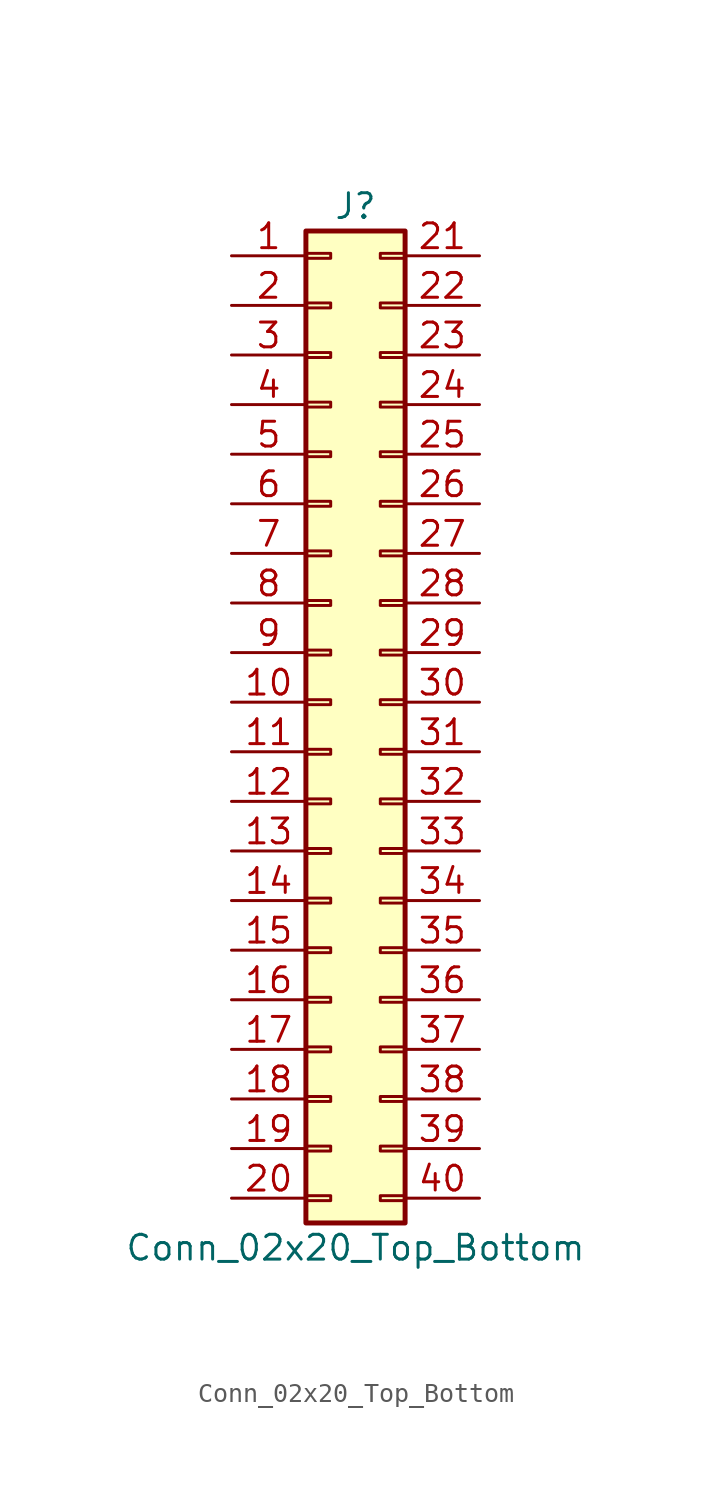
<source format=kicad_sym>
(kicad_symbol_lib
  (version 20201005)
  (generator kicad_symbol_editor)
  (symbol "Conn_02x20_Top_Bottom"
    (pin_names
      (offset 1.016) hide)
    (property "Reference" "J"
      (at 1.27 25.4 0)
      (effects (font (size 1.27 1.27))))
    (property "Value" "Conn_02x20_Top_Bottom"
      (at 1.27 -27.94 0)
      (effects (font (size 1.27 1.27))))
    (symbol "Conn_02x20_Top_Bottom_1_1"
      (rectangle (start -1.27 -25.273) (end 0 -25.527) (stroke (width 0.152)) (fill (type none)))
      (rectangle (start -1.27 -22.733) (end 0 -22.987) (stroke (width 0.152)) (fill (type none)))
      (rectangle (start -1.27 -20.193) (end 0 -20.447) (stroke (width 0.152)) (fill (type none)))
      (rectangle (start -1.27 -17.653) (end 0 -17.907) (stroke (width 0.152)) (fill (type none)))
      (rectangle (start -1.27 -15.113) (end 0 -15.367) (stroke (width 0.152)) (fill (type none)))
      (rectangle (start -1.27 -12.573) (end 0 -12.827) (stroke (width 0.152)) (fill (type none)))
      (rectangle (start -1.27 -10.033) (end 0 -10.287) (stroke (width 0.152)) (fill (type none)))
      (rectangle (start -1.27 -7.493) (end 0 -7.747) (stroke (width 0.152)) (fill (type none)))
      (rectangle (start -1.27 -4.953) (end 0 -5.207) (stroke (width 0.152)) (fill (type none)))
      (rectangle (start -1.27 -2.413) (end 0 -2.667) (stroke (width 0.152)) (fill (type none)))
      (rectangle (start -1.27 0.127) (end 0 -0.127) (stroke (width 0.152)) (fill (type none)))
      (rectangle (start -1.27 2.667) (end 0 2.413) (stroke (width 0.152)) (fill (type none)))
      (rectangle (start -1.27 5.207) (end 0 4.953) (stroke (width 0.152)) (fill (type none)))
      (rectangle (start -1.27 7.747) (end 0 7.493) (stroke (width 0.152)) (fill (type none)))
      (rectangle (start -1.27 10.287) (end 0 10.033) (stroke (width 0.152)) (fill (type none)))
      (rectangle (start -1.27 12.827) (end 0 12.573) (stroke (width 0.152)) (fill (type none)))
      (rectangle (start -1.27 15.367) (end 0 15.113) (stroke (width 0.152)) (fill (type none)))
      (rectangle (start -1.27 17.907) (end 0 17.653) (stroke (width 0.152)) (fill (type none)))
      (rectangle (start -1.27 20.447) (end 0 20.193) (stroke (width 0.152)) (fill (type none)))
      (rectangle (start -1.27 22.987) (end 0 22.733) (stroke (width 0.152)) (fill (type none)))
      (rectangle (start -1.27 24.13) (end 3.81 -26.67) (stroke (width 0.254)) (fill (type background)))
      (rectangle (start 3.81 -25.273) (end 2.54 -25.527) (stroke (width 0.152)) (fill (type none)))
      (rectangle (start 3.81 -22.733) (end 2.54 -22.987) (stroke (width 0.152)) (fill (type none)))
      (rectangle (start 3.81 -20.193) (end 2.54 -20.447) (stroke (width 0.152)) (fill (type none)))
      (rectangle (start 3.81 -17.653) (end 2.54 -17.907) (stroke (width 0.152)) (fill (type none)))
      (rectangle (start 3.81 -15.113) (end 2.54 -15.367) (stroke (width 0.152)) (fill (type none)))
      (rectangle (start 3.81 -12.573) (end 2.54 -12.827) (stroke (width 0.152)) (fill (type none)))
      (rectangle (start 3.81 -10.033) (end 2.54 -10.287) (stroke (width 0.152)) (fill (type none)))
      (rectangle (start 3.81 -7.493) (end 2.54 -7.747) (stroke (width 0.152)) (fill (type none)))
      (rectangle (start 3.81 -4.953) (end 2.54 -5.207) (stroke (width 0.152)) (fill (type none)))
      (rectangle (start 3.81 -2.413) (end 2.54 -2.667) (stroke (width 0.152)) (fill (type none)))
      (rectangle (start 3.81 0.127) (end 2.54 -0.127) (stroke (width 0.152)) (fill (type none)))
      (rectangle (start 3.81 2.667) (end 2.54 2.413) (stroke (width 0.152)) (fill (type none)))
      (rectangle (start 3.81 5.207) (end 2.54 4.953) (stroke (width 0.152)) (fill (type none)))
      (rectangle (start 3.81 7.747) (end 2.54 7.493) (stroke (width 0.152)) (fill (type none)))
      (rectangle (start 3.81 10.287) (end 2.54 10.033) (stroke (width 0.152)) (fill (type none)))
      (rectangle (start 3.81 12.827) (end 2.54 12.573) (stroke (width 0.152)) (fill (type none)))
      (rectangle (start 3.81 15.367) (end 2.54 15.113) (stroke (width 0.152)) (fill (type none)))
      (rectangle (start 3.81 17.907) (end 2.54 17.653) (stroke (width 0.152)) (fill (type none)))
      (rectangle (start 3.81 20.447) (end 2.54 20.193) (stroke (width 0.152)) (fill (type none)))
      (rectangle (start 3.81 22.987) (end 2.54 22.733) (stroke (width 0.152)) (fill (type none)))
      (pin passive line (at -5.08 22.86 0) (length 3.81) (name "Pin_1" (effects (font (size 1.27 1.27)))) (number "1" (effects (font (size 1.27 1.27)))))
      (pin passive line (at -5.08 0 0) (length 3.81) (name "Pin_10" (effects (font (size 1.27 1.27)))) (number "10" (effects (font (size 1.27 1.27)))))
      (pin passive line (at -5.08 -2.54 0) (length 3.81) (name "Pin_11" (effects (font (size 1.27 1.27)))) (number "11" (effects (font (size 1.27 1.27)))))
      (pin passive line (at -5.08 -5.08 0) (length 3.81) (name "Pin_12" (effects (font (size 1.27 1.27)))) (number "12" (effects (font (size 1.27 1.27)))))
      (pin passive line (at -5.08 -7.62 0) (length 3.81) (name "Pin_13" (effects (font (size 1.27 1.27)))) (number "13" (effects (font (size 1.27 1.27)))))
      (pin passive line (at -5.08 -10.16 0) (length 3.81) (name "Pin_14" (effects (font (size 1.27 1.27)))) (number "14" (effects (font (size 1.27 1.27)))))
      (pin passive line (at -5.08 -12.7 0) (length 3.81) (name "Pin_15" (effects (font (size 1.27 1.27)))) (number "15" (effects (font (size 1.27 1.27)))))
      (pin passive line (at -5.08 -15.24 0) (length 3.81) (name "Pin_16" (effects (font (size 1.27 1.27)))) (number "16" (effects (font (size 1.27 1.27)))))
      (pin passive line (at -5.08 -17.78 0) (length 3.81) (name "Pin_17" (effects (font (size 1.27 1.27)))) (number "17" (effects (font (size 1.27 1.27)))))
      (pin passive line (at -5.08 -20.32 0) (length 3.81) (name "Pin_18" (effects (font (size 1.27 1.27)))) (number "18" (effects (font (size 1.27 1.27)))))
      (pin passive line (at -5.08 -22.86 0) (length 3.81) (name "Pin_19" (effects (font (size 1.27 1.27)))) (number "19" (effects (font (size 1.27 1.27)))))
      (pin passive line (at -5.08 20.32 0) (length 3.81) (name "Pin_2" (effects (font (size 1.27 1.27)))) (number "2" (effects (font (size 1.27 1.27)))))
      (pin passive line (at -5.08 -25.4 0) (length 3.81) (name "Pin_20" (effects (font (size 1.27 1.27)))) (number "20" (effects (font (size 1.27 1.27)))))
      (pin passive line (at 7.62 22.86 180) (length 3.81) (name "Pin_21" (effects (font (size 1.27 1.27)))) (number "21" (effects (font (size 1.27 1.27)))))
      (pin passive line (at 7.62 20.32 180) (length 3.81) (name "Pin_22" (effects (font (size 1.27 1.27)))) (number "22" (effects (font (size 1.27 1.27)))))
      (pin passive line (at 7.62 17.78 180) (length 3.81) (name "Pin_23" (effects (font (size 1.27 1.27)))) (number "23" (effects (font (size 1.27 1.27)))))
      (pin passive line (at 7.62 15.24 180) (length 3.81) (name "Pin_24" (effects (font (size 1.27 1.27)))) (number "24" (effects (font (size 1.27 1.27)))))
      (pin passive line (at 7.62 12.7 180) (length 3.81) (name "Pin_25" (effects (font (size 1.27 1.27)))) (number "25" (effects (font (size 1.27 1.27)))))
      (pin passive line (at 7.62 10.16 180) (length 3.81) (name "Pin_26" (effects (font (size 1.27 1.27)))) (number "26" (effects (font (size 1.27 1.27)))))
      (pin passive line (at 7.62 7.62 180) (length 3.81) (name "Pin_27" (effects (font (size 1.27 1.27)))) (number "27" (effects (font (size 1.27 1.27)))))
      (pin passive line (at 7.62 5.08 180) (length 3.81) (name "Pin_28" (effects (font (size 1.27 1.27)))) (number "28" (effects (font (size 1.27 1.27)))))
      (pin passive line (at 7.62 2.54 180) (length 3.81) (name "Pin_29" (effects (font (size 1.27 1.27)))) (number "29" (effects (font (size 1.27 1.27)))))
      (pin passive line (at -5.08 17.78 0) (length 3.81) (name "Pin_3" (effects (font (size 1.27 1.27)))) (number "3" (effects (font (size 1.27 1.27)))))
      (pin passive line (at 7.62 0 180) (length 3.81) (name "Pin_30" (effects (font (size 1.27 1.27)))) (number "30" (effects (font (size 1.27 1.27)))))
      (pin passive line (at 7.62 -2.54 180) (length 3.81) (name "Pin_31" (effects (font (size 1.27 1.27)))) (number "31" (effects (font (size 1.27 1.27)))))
      (pin passive line (at 7.62 -5.08 180) (length 3.81) (name "Pin_32" (effects (font (size 1.27 1.27)))) (number "32" (effects (font (size 1.27 1.27)))))
      (pin passive line (at 7.62 -7.62 180) (length 3.81) (name "Pin_33" (effects (font (size 1.27 1.27)))) (number "33" (effects (font (size 1.27 1.27)))))
      (pin passive line (at 7.62 -10.16 180) (length 3.81) (name "Pin_34" (effects (font (size 1.27 1.27)))) (number "34" (effects (font (size 1.27 1.27)))))
      (pin passive line (at 7.62 -12.7 180) (length 3.81) (name "Pin_35" (effects (font (size 1.27 1.27)))) (number "35" (effects (font (size 1.27 1.27)))))
      (pin passive line (at 7.62 -15.24 180) (length 3.81) (name "Pin_36" (effects (font (size 1.27 1.27)))) (number "36" (effects (font (size 1.27 1.27)))))
      (pin passive line (at 7.62 -17.78 180) (length 3.81) (name "Pin_37" (effects (font (size 1.27 1.27)))) (number "37" (effects (font (size 1.27 1.27)))))
      (pin passive line (at 7.62 -20.32 180) (length 3.81) (name "Pin_38" (effects (font (size 1.27 1.27)))) (number "38" (effects (font (size 1.27 1.27)))))
      (pin passive line (at 7.62 -22.86 180) (length 3.81) (name "Pin_39" (effects (font (size 1.27 1.27)))) (number "39" (effects (font (size 1.27 1.27)))))
      (pin passive line (at -5.08 15.24 0) (length 3.81) (name "Pin_4" (effects (font (size 1.27 1.27)))) (number "4" (effects (font (size 1.27 1.27)))))
      (pin passive line (at 7.62 -25.4 180) (length 3.81) (name "Pin_40" (effects (font (size 1.27 1.27)))) (number "40" (effects (font (size 1.27 1.27)))))
      (pin passive line (at -5.08 12.7 0) (length 3.81) (name "Pin_5" (effects (font (size 1.27 1.27)))) (number "5" (effects (font (size 1.27 1.27)))))
      (pin passive line (at -5.08 10.16 0) (length 3.81) (name "Pin_6" (effects (font (size 1.27 1.27)))) (number "6" (effects (font (size 1.27 1.27)))))
      (pin passive line (at -5.08 7.62 0) (length 3.81) (name "Pin_7" (effects (font (size 1.27 1.27)))) (number "7" (effects (font (size 1.27 1.27)))))
      (pin passive line (at -5.08 5.08 0) (length 3.81) (name "Pin_8" (effects (font (size 1.27 1.27)))) (number "8" (effects (font (size 1.27 1.27)))))
      (pin passive line (at -5.08 2.54 0) (length 3.81) (name "Pin_9" (effects (font (size 1.27 1.27)))) (number "9" (effects (font (size 1.27 1.27))))))))
</source>
